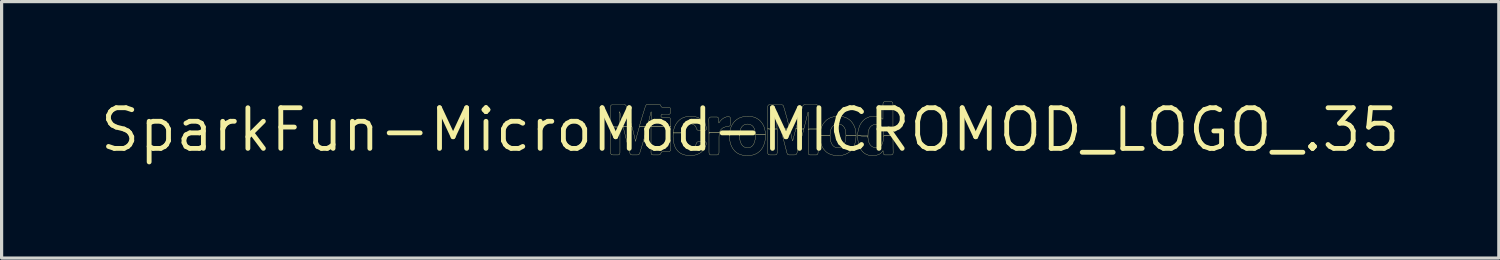
<source format=kicad_pcb>
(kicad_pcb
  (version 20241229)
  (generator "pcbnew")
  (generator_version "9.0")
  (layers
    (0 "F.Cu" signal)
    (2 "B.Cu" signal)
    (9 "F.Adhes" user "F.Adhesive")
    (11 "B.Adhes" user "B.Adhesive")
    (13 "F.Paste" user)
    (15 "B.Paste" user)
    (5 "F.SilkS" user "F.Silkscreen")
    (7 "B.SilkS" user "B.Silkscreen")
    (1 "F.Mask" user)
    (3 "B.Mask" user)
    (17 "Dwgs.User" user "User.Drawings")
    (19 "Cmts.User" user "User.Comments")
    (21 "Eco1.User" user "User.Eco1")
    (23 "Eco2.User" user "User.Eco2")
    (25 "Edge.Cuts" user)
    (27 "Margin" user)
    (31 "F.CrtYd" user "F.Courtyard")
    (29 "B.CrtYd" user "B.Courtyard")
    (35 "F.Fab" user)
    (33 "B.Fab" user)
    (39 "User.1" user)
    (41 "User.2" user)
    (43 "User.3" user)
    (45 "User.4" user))
  (footprint "SparkFun-MicroMod-MICROMOD_LOGO_.35"
    (layer "F.Cu")
    (at 20.388 1.006)
    (property "Reference" "SparkFun-MicroMod-MICROMOD_LOGO_.35" (at 0 0 0) (layer "F.SilkS") (effects (font (size 1.27 1.27) (thickness 0.15))))
    (attr exclude_from_pos_files exclude_from_bom)
    (fp_poly (pts (xy 2.118 -0.025) (xy 1.857 -0.025) (xy 1.811 -0.02) (xy 1.811 0.711) (xy 1.819 0.762) (xy 1.864 0.785) (xy 2.073 0.785) (xy 2.113 0.757) (xy 2.121 0.704) (xy 2.118 -0.025)) (stroke (width 0.008) (type solid)) (fill no) (layer "F.SilkS"))
    (fp_poly (pts (xy -4.364 -0.094) (xy -4.361 0.742) (xy -4.331 0.78) (xy -4.28 0.785) (xy -4.122 0.785) (xy -4.077 0.762) (xy -4.069 0.711) (xy -4.069 0.135) (xy -4.072 -0.071) (xy -4.102 -0.094) (xy -4.364 -0.094)) (stroke (width 0.008) (type solid)) (fill no) (layer "F.SilkS"))
    (fp_poly (pts (xy 0.841 -0.025) (xy 0.574 -0.025) (xy 0.546 -0.038) (xy 0.546 0.737) (xy 0.577 0.78) (xy 0.627 0.785) (xy 0.787 0.785) (xy 0.833 0.762) (xy 0.843 0.711) (xy 0.841 0.13) (xy 0.841 -0.025)) (stroke (width 0.008) (type solid)) (fill no) (layer "F.SilkS"))
    (fp_poly (pts (xy -0.958 0.081) (xy -1.275 0.081) (xy -1.288 0.119) (xy -1.288 0.701) (xy -1.283 0.754) (xy -1.245 0.785) (xy -1.031 0.785) (xy -0.986 0.765) (xy -0.975 0.714) (xy -0.975 0.239) (xy -0.973 0.185) (xy -0.968 0.132) (xy -0.958 0.081)) (stroke (width 0.008) (type solid)) (fill no) (layer "F.SilkS"))
    (fp_poly (pts (xy -2.482 -0.094) (xy -3.063 -0.094) (xy -3.099 -0.099) (xy -3.099 0.716) (xy -3.089 0.765) (xy -3.04 0.785) (xy -2.88 0.785) (xy -2.83 0.782) (xy -2.794 0.747) (xy -2.781 0.696) (xy -2.733 0.686) (xy -2.576 0.686) (xy -2.522 0.678) (xy -2.487 0.643) (xy -2.482 0.589) (xy -2.482 -0.043) (xy -2.482 -0.094)) (stroke (width 0.008) (type solid)) (fill no) (layer "F.SilkS"))
    (fp_poly (pts (xy 2.045 -0.787) (xy 1.727 -0.787) (xy 1.676 -0.782) (xy 1.643 -0.742) (xy 1.516 -0.338) (xy 1.427 -0.036) (xy 1.468 -0.025) (xy 1.626 -0.025) (xy 1.676 -0.03) (xy 1.742 -0.287) (xy 1.803 -0.544) (xy 1.821 -0.546) (xy 1.814 -0.335) (xy 1.811 -0.018) (xy 1.819 -0.025) (xy 2.083 -0.025) (xy 2.118 -0.023) (xy 2.118 -0.732) (xy 2.095 -0.777) (xy 2.045 -0.787)) (stroke (width 0.008) (type solid)) (fill no) (layer "F.SilkS"))
    (fp_poly (pts (xy 0.958 -0.025) (xy 1.219 -0.025) (xy 1.234 -0.023) (xy 1.161 -0.318) (xy 1.09 -0.572) (xy 1.046 -0.724) (xy 1.024 -0.77) (xy 0.978 -0.787) (xy 0.61 -0.787) (xy 0.561 -0.772) (xy 0.546 -0.724) (xy 0.546 -0.038) (xy 0.584 -0.025) (xy 0.795 -0.025) (xy 0.838 -0.025) (xy 0.831 -0.353) (xy 0.82 -0.561) (xy 0.838 -0.538) (xy 0.907 -0.229) (xy 0.942 -0.076) (xy 0.958 -0.025)) (stroke (width 0.008) (type solid)) (fill no) (layer "F.SilkS"))
    (fp_poly (pts (xy -4.313 -0.787) (xy -4.356 -0.762) (xy -4.364 -0.709) (xy -4.364 -0.094) (xy -4.341 -0.094) (xy -4.072 -0.074) (xy -4.072 -0.145) (xy -4.077 -0.302) (xy -4.084 -0.462) (xy -4.089 -0.569) (xy -4.069 -0.531) (xy -4.036 -0.376) (xy -3.975 -0.117) (xy -3.94 -0.094) (xy -3.726 -0.094) (xy -3.696 -0.099) (xy -3.767 -0.371) (xy -3.838 -0.625) (xy -3.868 -0.729) (xy -3.891 -0.775) (xy -3.94 -0.787) (xy -4.313 -0.787)) (stroke (width 0.008) (type solid)) (fill no) (layer "F.SilkS"))
    (fp_poly (pts (xy -3.693 -0.094) (xy -3.973 -0.112) (xy -3.96 -0.053) (xy -3.871 0.305) (xy -3.79 0.615) (xy -3.764 0.716) (xy -3.744 0.767) (xy -3.696 0.785) (xy -3.538 0.785) (xy -3.485 0.78) (xy -3.454 0.739) (xy -3.332 0.333) (xy -3.221 -0.076) (xy -3.249 -0.094) (xy -3.462 -0.094) (xy -3.477 -0.046) (xy -3.533 0.157) (xy -3.561 0.259) (xy -3.581 0.363) (xy -3.653 0.056) (xy -3.678 -0.043) (xy -3.693 -0.094)) (stroke (width 0.008) (type solid)) (fill no) (layer "F.SilkS"))
    (fp_poly (pts (xy 1.676 -0.025) (xy 1.463 -0.025) (xy 1.427 -0.038) (xy 1.367 0.191) (xy 1.341 0.292) (xy 1.328 0.343) (xy 1.318 0.335) (xy 1.285 0.18) (xy 1.237 -0.023) (xy 1.186 -0.025) (xy 0.975 -0.025) (xy 0.958 -0.025) (xy 0.978 0.058) (xy 1.069 0.417) (xy 1.148 0.724) (xy 1.171 0.772) (xy 1.219 0.785) (xy 1.379 0.785) (xy 1.43 0.777) (xy 1.458 0.734) (xy 1.593 0.277) (xy 1.651 0.074) (xy 1.676 -0.025)) (stroke (width 0.008) (type solid)) (fill no) (layer "F.SilkS"))
    (fp_poly (pts (xy -0.671 -0.419) (xy -0.724 -0.409) (xy -0.775 -0.394) (xy -0.82 -0.373) (xy -0.866 -0.343) (xy -0.904 -0.31) (xy -0.94 -0.269) (xy -0.968 -0.224) (xy -0.98 -0.213) (xy -0.983 -0.32) (xy -0.991 -0.371) (xy -1.031 -0.401) (xy -1.242 -0.401) (xy -1.285 -0.376) (xy -1.293 -0.325) (xy -1.29 -0.221) (xy -1.288 0.119) (xy -1.275 0.081) (xy -0.96 0.081) (xy -0.94 0.03) (xy -0.912 -0.01) (xy -0.874 -0.048) (xy -0.828 -0.074) (xy -0.78 -0.091) (xy -0.726 -0.099) (xy -0.673 -0.104) (xy -0.63 -0.13) (xy -0.622 -0.18) (xy -0.622 -0.34) (xy -0.627 -0.391) (xy -0.671 -0.419)) (stroke (width 0.008) (type solid)) (fill no) (layer "F.SilkS"))
    (fp_poly (pts (xy -3.459 -0.099) (xy -3.254 -0.094) (xy -3.221 -0.074) (xy -3.147 -0.366) (xy -3.111 -0.521) (xy -3.094 -0.564) (xy -3.089 -0.518) (xy -3.096 -0.305) (xy -3.099 -0.094) (xy -2.517 -0.094) (xy -2.482 -0.097) (xy -2.484 -0.325) (xy -2.507 -0.371) (xy -2.558 -0.386) (xy -2.769 -0.386) (xy -2.791 -0.429) (xy -2.776 -0.478) (xy -2.725 -0.483) (xy -2.565 -0.483) (xy -2.515 -0.49) (xy -2.484 -0.533) (xy -2.482 -0.638) (xy -2.502 -0.686) (xy -2.55 -0.706) (xy -2.761 -0.706) (xy -2.791 -0.742) (xy -2.814 -0.787) (xy -2.865 -0.795) (xy -3.183 -0.795) (xy -3.236 -0.792) (xy -3.269 -0.752) (xy -3.363 -0.45) (xy -3.439 -0.198) (xy -3.449 -0.15) (xy -3.459 -0.099)) (stroke (width 0.008) (type solid)) (fill no) (layer "F.SilkS"))
    (fp_poly (pts (xy -1.857 -0.424) (xy -1.91 -0.422) (xy -1.961 -0.417) (xy -2.014 -0.406) (xy -2.062 -0.391) (xy -2.113 -0.371) (xy -2.159 -0.345) (xy -2.202 -0.315) (xy -2.24 -0.279) (xy -2.276 -0.241) (xy -2.306 -0.198) (xy -2.334 -0.152) (xy -2.357 -0.104) (xy -2.375 -0.056) (xy -2.388 -0.005) (xy -2.398 0.043) (xy -2.405 0.097) (xy -2.09 0.097) (xy -2.083 0.043) (xy -2.073 -0.005) (xy -2.055 -0.056) (xy -2.029 -0.102) (xy -1.994 -0.14) (xy -1.951 -0.168) (xy -1.9 -0.183) (xy -1.847 -0.185) (xy -1.796 -0.175) (xy -1.75 -0.152) (xy -1.712 -0.114) (xy -1.689 -0.069) (xy -1.674 -0.018) (xy -1.638 0.015) (xy -1.585 0.018) (xy -1.427 0.018) (xy -1.379 0.003) (xy -1.364 -0.043) (xy -1.377 -0.094) (xy -1.392 -0.145) (xy -1.415 -0.193) (xy -1.443 -0.236) (xy -1.476 -0.277) (xy -1.514 -0.315) (xy -1.554 -0.345) (xy -1.6 -0.371) (xy -1.651 -0.391) (xy -1.702 -0.406) (xy -1.753 -0.417) (xy -1.803 -0.422) (xy -1.857 -0.424)) (stroke (width 0.008) (type solid)) (fill no) (layer "F.SilkS"))
    (fp_poly (pts (xy 4.199 -0.884) (xy 4.155 -0.859) (xy 4.148 -0.805) (xy 4.148 -0.33) (xy 4.082 -0.378) (xy 4.034 -0.401) (xy 3.983 -0.414) (xy 3.929 -0.422) (xy 3.876 -0.424) (xy 3.823 -0.422) (xy 3.772 -0.414) (xy 3.721 -0.404) (xy 3.67 -0.384) (xy 3.622 -0.361) (xy 3.579 -0.333) (xy 3.538 -0.297) (xy 3.503 -0.259) (xy 3.47 -0.216) (xy 3.442 -0.173) (xy 3.419 -0.124) (xy 3.401 -0.076) (xy 3.386 -0.025) (xy 3.373 0.025) (xy 3.365 0.076) (xy 3.36 0.13) (xy 3.358 0.183) (xy 3.409 0.185) (xy 3.678 0.226) (xy 3.683 0.081) (xy 3.693 0.028) (xy 3.711 -0.018) (xy 3.734 -0.066) (xy 3.767 -0.107) (xy 3.81 -0.14) (xy 3.858 -0.16) (xy 3.909 -0.168) (xy 3.962 -0.168) (xy 4.016 -0.16) (xy 4.064 -0.14) (xy 4.102 -0.104) (xy 4.13 -0.058) (xy 4.145 -0.008) (xy 4.155 0.043) (xy 4.161 0.094) (xy 4.163 0.201) (xy 4.178 0.185) (xy 4.445 0.185) (xy 4.46 0.185) (xy 4.46 -0.803) (xy 4.453 -0.856) (xy 4.412 -0.884) (xy 4.199 -0.884)) (stroke (width 0.008) (type solid)) (fill no) (layer "F.SilkS"))
    (fp_poly (pts (xy -2.09 0.097) (xy -2.405 0.097) (xy -2.408 0.15) (xy -2.41 0.201) (xy -2.408 0.254) (xy -2.405 0.307) (xy -2.398 0.358) (xy -2.388 0.409) (xy -2.375 0.46) (xy -2.357 0.511) (xy -2.337 0.559) (xy -2.309 0.605) (xy -2.278 0.645) (xy -2.243 0.683) (xy -2.2 0.716) (xy -2.156 0.744) (xy -2.108 0.765) (xy -2.057 0.782) (xy -2.007 0.792) (xy -1.956 0.8) (xy -1.902 0.805) (xy -1.849 0.805) (xy -1.798 0.8) (xy -1.745 0.792) (xy -1.694 0.782) (xy -1.646 0.765) (xy -1.598 0.742) (xy -1.552 0.716) (xy -1.511 0.683) (xy -1.476 0.645) (xy -1.443 0.602) (xy -1.417 0.559) (xy -1.394 0.511) (xy -1.377 0.46) (xy -1.369 0.409) (xy -1.402 0.371) (xy -1.455 0.368) (xy -1.613 0.368) (xy -1.661 0.384) (xy -1.704 0.478) (xy -1.735 0.518) (xy -1.778 0.549) (xy -1.829 0.566) (xy -1.88 0.569) (xy -1.933 0.559) (xy -1.979 0.536) (xy -2.019 0.503) (xy -2.047 0.457) (xy -2.065 0.409) (xy -2.08 0.358) (xy -2.088 0.307) (xy -2.093 0.254) (xy -2.095 0.201) (xy -2.093 0.15) (xy -2.09 0.097)) (stroke (width 0.008) (type solid)) (fill no) (layer "F.SilkS"))
    (fp_poly (pts (xy 4.46 0.183) (xy 4.196 0.183) (xy 4.163 0.203) (xy 4.161 0.254) (xy 4.158 0.307) (xy 4.15 0.361) (xy 4.138 0.411) (xy 4.115 0.46) (xy 4.084 0.5) (xy 4.041 0.531) (xy 3.99 0.546) (xy 3.94 0.554) (xy 3.886 0.551) (xy 3.835 0.538) (xy 3.79 0.513) (xy 3.752 0.475) (xy 3.724 0.432) (xy 3.703 0.381) (xy 3.691 0.33) (xy 3.683 0.279) (xy 3.678 0.226) (xy 3.668 0.183) (xy 3.404 0.183) (xy 3.358 0.191) (xy 3.363 0.297) (xy 3.368 0.348) (xy 3.378 0.401) (xy 3.388 0.452) (xy 3.406 0.503) (xy 3.424 0.551) (xy 3.449 0.599) (xy 3.477 0.643) (xy 3.513 0.683) (xy 3.551 0.719) (xy 3.594 0.749) (xy 3.64 0.772) (xy 3.691 0.79) (xy 3.741 0.8) (xy 3.795 0.805) (xy 3.846 0.805) (xy 3.899 0.803) (xy 3.95 0.792) (xy 4 0.777) (xy 4.049 0.754) (xy 4.089 0.724) (xy 4.125 0.683) (xy 4.15 0.648) (xy 4.153 0.701) (xy 4.161 0.754) (xy 4.201 0.785) (xy 4.412 0.785) (xy 4.458 0.762) (xy 4.465 0.711) (xy 4.463 0.605) (xy 4.46 0.183)) (stroke (width 0.008) (type solid)) (fill no) (layer "F.SilkS"))
    (fp_poly (pts (xy -0.074 -0.424) (xy -0.127 -0.422) (xy -0.18 -0.417) (xy -0.231 -0.406) (xy -0.282 -0.391) (xy -0.333 -0.373) (xy -0.378 -0.348) (xy -0.424 -0.32) (xy -0.465 -0.284) (xy -0.5 -0.249) (xy -0.533 -0.206) (xy -0.561 -0.163) (xy -0.587 -0.114) (xy -0.607 -0.066) (xy -0.622 -0.015) (xy -0.635 0.033) (xy -0.643 0.086) (xy -0.65 0.173) (xy -0.61 0.152) (xy -0.345 0.152) (xy -0.333 0.183) (xy -0.323 0.061) (xy -0.312 0.008) (xy -0.295 -0.038) (xy -0.269 -0.086) (xy -0.234 -0.124) (xy -0.191 -0.155) (xy -0.142 -0.175) (xy -0.089 -0.18) (xy -0.036 -0.175) (xy 0.013 -0.16) (xy 0.058 -0.135) (xy 0.094 -0.097) (xy 0.122 -0.051) (xy 0.14 -0.003) (xy 0.152 0.048) (xy 0.157 0.099) (xy 0.163 0.152) (xy 0.427 0.152) (xy 0.475 0.15) (xy 0.472 0.097) (xy 0.467 0.046) (xy 0.457 -0.005) (xy 0.445 -0.056) (xy 0.427 -0.107) (xy 0.404 -0.155) (xy 0.376 -0.201) (xy 0.345 -0.241) (xy 0.31 -0.282) (xy 0.269 -0.318) (xy 0.226 -0.345) (xy 0.18 -0.371) (xy 0.132 -0.391) (xy 0.081 -0.406) (xy 0.028 -0.417) (xy -0.02 -0.422) (xy -0.074 -0.424)) (stroke (width 0.008) (type solid)) (fill no) (layer "F.SilkS"))
    (fp_poly (pts (xy 2.753 -0.424) (xy 2.7 -0.422) (xy 2.647 -0.417) (xy 2.596 -0.406) (xy 2.545 -0.391) (xy 2.494 -0.373) (xy 2.449 -0.348) (xy 2.403 -0.32) (xy 2.362 -0.284) (xy 2.327 -0.246) (xy 2.294 -0.206) (xy 2.266 -0.163) (xy 2.24 -0.114) (xy 2.22 -0.066) (xy 2.205 -0.015) (xy 2.192 0.033) (xy 2.184 0.086) (xy 2.182 0.163) (xy 2.205 0.165) (xy 2.469 0.165) (xy 2.494 0.168) (xy 2.499 0.086) (xy 2.51 0.036) (xy 2.522 -0.015) (xy 2.545 -0.064) (xy 2.576 -0.107) (xy 2.614 -0.142) (xy 2.659 -0.168) (xy 2.713 -0.178) (xy 2.764 -0.178) (xy 2.817 -0.17) (xy 2.865 -0.15) (xy 2.906 -0.117) (xy 2.939 -0.074) (xy 2.962 -0.028) (xy 2.977 0.02) (xy 2.985 0.074) (xy 2.992 0.168) (xy 3.005 0.165) (xy 3.269 0.165) (xy 3.307 0.168) (xy 3.302 0.099) (xy 3.297 0.046) (xy 3.287 -0.005) (xy 3.274 -0.056) (xy 3.256 -0.104) (xy 3.233 -0.152) (xy 3.205 -0.198) (xy 3.175 -0.241) (xy 3.139 -0.282) (xy 3.101 -0.315) (xy 3.056 -0.345) (xy 3.01 -0.371) (xy 2.962 -0.391) (xy 2.911 -0.406) (xy 2.857 -0.417) (xy 2.807 -0.422) (xy 2.753 -0.424)) (stroke (width 0.008) (type solid)) (fill no) (layer "F.SilkS"))
    (fp_poly (pts (xy 3.307 0.165) (xy 2.992 0.165) (xy 2.99 0.218) (xy 2.987 0.272) (xy 2.979 0.323) (xy 2.967 0.373) (xy 2.949 0.424) (xy 2.924 0.47) (xy 2.891 0.511) (xy 2.847 0.538) (xy 2.797 0.556) (xy 2.746 0.561) (xy 2.692 0.556) (xy 2.644 0.538) (xy 2.601 0.511) (xy 2.565 0.47) (xy 2.54 0.424) (xy 2.52 0.376) (xy 2.507 0.325) (xy 2.499 0.274) (xy 2.497 0.221) (xy 2.494 0.168) (xy 2.443 0.165) (xy 2.182 0.165) (xy 2.179 0.216) (xy 2.182 0.267) (xy 2.187 0.32) (xy 2.197 0.371) (xy 2.21 0.422) (xy 2.225 0.472) (xy 2.245 0.521) (xy 2.271 0.566) (xy 2.299 0.61) (xy 2.334 0.65) (xy 2.372 0.688) (xy 2.413 0.719) (xy 2.459 0.744) (xy 2.507 0.767) (xy 2.558 0.782) (xy 2.609 0.795) (xy 2.659 0.803) (xy 2.713 0.805) (xy 2.764 0.805) (xy 2.817 0.803) (xy 2.87 0.795) (xy 2.921 0.782) (xy 2.969 0.767) (xy 3.018 0.744) (xy 3.063 0.719) (xy 3.106 0.688) (xy 3.145 0.653) (xy 3.178 0.612) (xy 3.208 0.569) (xy 3.233 0.523) (xy 3.256 0.475) (xy 3.272 0.427) (xy 3.284 0.373) (xy 3.294 0.323) (xy 3.302 0.272) (xy 3.305 0.218) (xy 3.307 0.165)) (stroke (width 0.008) (type solid)) (fill no) (layer "F.SilkS"))
    (fp_poly (pts (xy 0.475 0.152) (xy 0.16 0.152) (xy 0.16 0.206) (xy 0.157 0.259) (xy 0.152 0.31) (xy 0.14 0.361) (xy 0.124 0.411) (xy 0.102 0.457) (xy 0.069 0.5) (xy 0.028 0.533) (xy -0.018 0.554) (xy -0.069 0.561) (xy -0.122 0.559) (xy -0.173 0.544) (xy -0.216 0.518) (xy -0.254 0.48) (xy -0.282 0.437) (xy -0.302 0.389) (xy -0.318 0.338) (xy -0.325 0.287) (xy -0.33 0.234) (xy -0.333 0.18) (xy -0.356 0.152) (xy -0.62 0.152) (xy -0.65 0.175) (xy -0.648 0.229) (xy -0.645 0.279) (xy -0.638 0.333) (xy -0.627 0.384) (xy -0.615 0.434) (xy -0.597 0.485) (xy -0.574 0.533) (xy -0.549 0.579) (xy -0.518 0.62) (xy -0.485 0.66) (xy -0.445 0.696) (xy -0.404 0.726) (xy -0.356 0.752) (xy -0.307 0.772) (xy -0.257 0.787) (xy -0.206 0.798) (xy -0.155 0.803) (xy -0.102 0.805) (xy -0.048 0.805) (xy 0 0.8) (xy 0.053 0.792) (xy 0.104 0.78) (xy 0.152 0.762) (xy 0.201 0.739) (xy 0.244 0.711) (xy 0.287 0.678) (xy 0.323 0.643) (xy 0.356 0.602) (xy 0.386 0.556) (xy 0.409 0.511) (xy 0.429 0.462) (xy 0.447 0.411) (xy 0.46 0.361) (xy 0.467 0.31) (xy 0.472 0.257) (xy 0.475 0.206) (xy 0.475 0.152)) (stroke (width 0.008) (type solid)) (fill no) (layer "F.SilkS")))
  (gr_rect
    (start -3 -3)
    (end 43.776 5.012)
    (stroke (width 0.1) (type default))
    (fill no)
    (layer "Edge.Cuts")))
</source>
